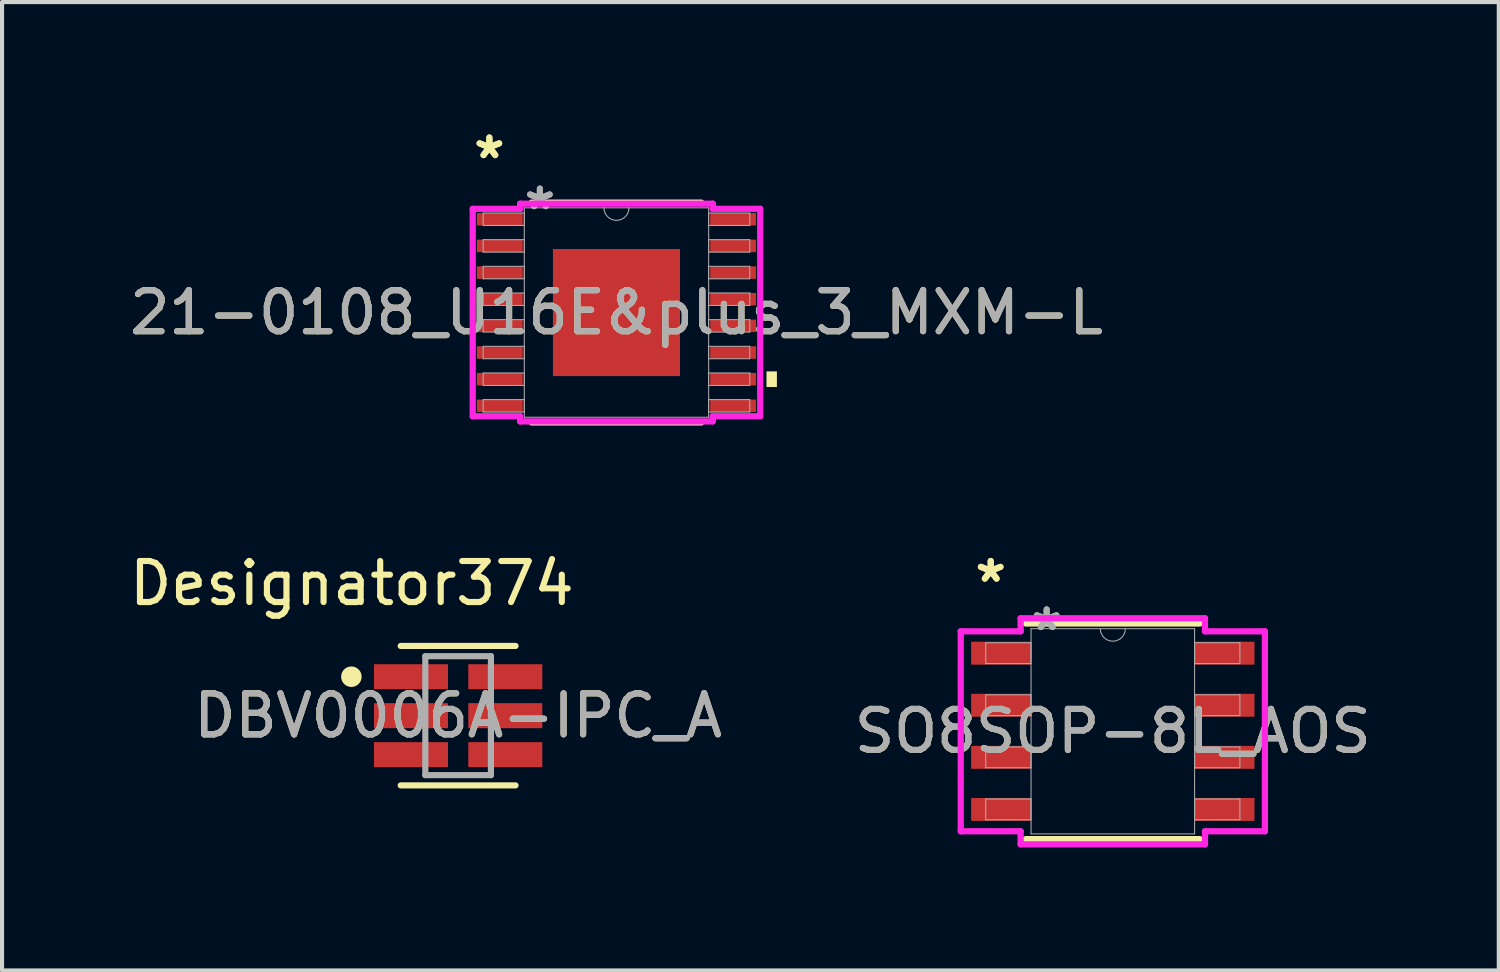
<source format=kicad_pcb>
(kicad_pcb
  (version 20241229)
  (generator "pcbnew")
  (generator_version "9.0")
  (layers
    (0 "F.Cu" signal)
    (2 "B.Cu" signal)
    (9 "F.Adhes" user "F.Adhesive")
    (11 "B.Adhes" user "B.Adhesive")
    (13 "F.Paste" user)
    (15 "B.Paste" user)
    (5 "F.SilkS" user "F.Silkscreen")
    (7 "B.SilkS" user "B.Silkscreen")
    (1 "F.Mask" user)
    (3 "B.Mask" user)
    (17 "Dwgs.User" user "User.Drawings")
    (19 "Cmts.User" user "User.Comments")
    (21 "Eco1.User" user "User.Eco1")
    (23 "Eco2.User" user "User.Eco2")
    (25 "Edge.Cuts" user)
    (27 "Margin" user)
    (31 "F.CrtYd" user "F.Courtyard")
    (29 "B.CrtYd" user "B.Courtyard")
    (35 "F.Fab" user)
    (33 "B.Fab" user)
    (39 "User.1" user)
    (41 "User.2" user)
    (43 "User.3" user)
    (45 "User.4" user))
  (footprint "21-0108_U16E&plus_3_MXM-L"
    (layer "F.Cu")
    (at 11.982 4.571)
    (property "Reference" "21-0108_U16E&plus_3_MXM-L" (at 0 0 0) (unlocked yes) (layer "F.SilkS") (effects (font (size 1 1) (thickness 0.15))))
    (attr smd)
    (fp_line (start -2.069 2.68) (end 2.069 2.68) (stroke (width 0.152) (type solid)) (layer "F.SilkS"))
    (fp_line (start 2.069 -2.68) (end -2.069 -2.68) (stroke (width 0.152) (type solid)) (layer "F.SilkS"))
    (fp_poly (pts (xy 3.912 1.435) (xy 3.912 1.816) (xy 3.658 1.816) (xy 3.658 1.435)) (stroke (width 0) (type solid)) (fill yes) (layer "F.SilkS"))
    (fp_poly (pts (xy -1.449 -1.449) (xy -1.449 -0.1) (xy -0.1 -0.1) (xy -0.1 -1.449)) (stroke (width 0) (type solid)) (fill yes) (layer "F.Paste"))
    (fp_poly (pts (xy -1.449 0.1) (xy -1.449 1.449) (xy -0.1 1.449) (xy -0.1 0.1)) (stroke (width 0) (type solid)) (fill yes) (layer "F.Paste"))
    (fp_poly (pts (xy 0.1 -1.449) (xy 0.1 -0.1) (xy 1.449 -0.1) (xy 1.449 -1.449)) (stroke (width 0) (type solid)) (fill yes) (layer "F.Paste"))
    (fp_poly (pts (xy 0.1 0.1) (xy 0.1 1.449) (xy 1.449 1.449) (xy 1.449 0.1)) (stroke (width 0) (type solid)) (fill yes) (layer "F.Paste"))
    (fp_line (start -3.505 -2.529) (end -2.349 -2.529) (stroke (width 0.152) (type solid)) (layer "F.CrtYd"))
    (fp_line (start -3.505 2.529) (end -3.505 -2.529) (stroke (width 0.152) (type solid)) (layer "F.CrtYd"))
    (fp_line (start -3.505 2.529) (end -2.349 2.529) (stroke (width 0.152) (type solid)) (layer "F.CrtYd"))
    (fp_line (start -2.349 -2.654) (end 2.349 -2.654) (stroke (width 0.152) (type solid)) (layer "F.CrtYd"))
    (fp_line (start -2.349 -2.529) (end -2.349 -2.654) (stroke (width 0.152) (type solid)) (layer "F.CrtYd"))
    (fp_line (start -2.349 2.654) (end -2.349 2.529) (stroke (width 0.152) (type solid)) (layer "F.CrtYd"))
    (fp_line (start 2.349 -2.654) (end 2.349 -2.529) (stroke (width 0.152) (type solid)) (layer "F.CrtYd"))
    (fp_line (start 2.349 2.529) (end 2.349 2.654) (stroke (width 0.152) (type solid)) (layer "F.CrtYd"))
    (fp_line (start 2.349 2.654) (end -2.349 2.654) (stroke (width 0.152) (type solid)) (layer "F.CrtYd"))
    (fp_line (start 3.505 -2.529) (end 2.349 -2.529) (stroke (width 0.152) (type solid)) (layer "F.CrtYd"))
    (fp_line (start 3.505 -2.529) (end 3.505 2.529) (stroke (width 0.152) (type solid)) (layer "F.CrtYd"))
    (fp_line (start 3.505 2.529) (end 2.349 2.529) (stroke (width 0.152) (type solid)) (layer "F.CrtYd"))
    (fp_line (start -3.251 -2.427) (end -3.251 -2.123) (stroke (width 0.025) (type solid)) (layer "F.Fab"))
    (fp_line (start -3.251 -2.123) (end -2.248 -2.123) (stroke (width 0.025) (type solid)) (layer "F.Fab"))
    (fp_line (start -3.251 -1.777) (end -3.251 -1.473) (stroke (width 0.025) (type solid)) (layer "F.Fab"))
    (fp_line (start -3.251 -1.473) (end -2.248 -1.473) (stroke (width 0.025) (type solid)) (layer "F.Fab"))
    (fp_line (start -3.251 -1.127) (end -3.251 -0.823) (stroke (width 0.025) (type solid)) (layer "F.Fab"))
    (fp_line (start -3.251 -0.823) (end -2.248 -0.823) (stroke (width 0.025) (type solid)) (layer "F.Fab"))
    (fp_line (start -3.251 -0.477) (end -3.251 -0.173) (stroke (width 0.025) (type solid)) (layer "F.Fab"))
    (fp_line (start -3.251 -0.173) (end -2.248 -0.173) (stroke (width 0.025) (type solid)) (layer "F.Fab"))
    (fp_line (start -3.251 0.173) (end -3.251 0.477) (stroke (width 0.025) (type solid)) (layer "F.Fab"))
    (fp_line (start -3.251 0.477) (end -2.248 0.477) (stroke (width 0.025) (type solid)) (layer "F.Fab"))
    (fp_line (start -3.251 0.823) (end -3.251 1.127) (stroke (width 0.025) (type solid)) (layer "F.Fab"))
    (fp_line (start -3.251 1.127) (end -2.248 1.127) (stroke (width 0.025) (type solid)) (layer "F.Fab"))
    (fp_line (start -3.251 1.473) (end -3.251 1.777) (stroke (width 0.025) (type solid)) (layer "F.Fab"))
    (fp_line (start -3.251 1.777) (end -2.248 1.777) (stroke (width 0.025) (type solid)) (layer "F.Fab"))
    (fp_line (start -3.251 2.123) (end -3.251 2.427) (stroke (width 0.025) (type solid)) (layer "F.Fab"))
    (fp_line (start -3.251 2.427) (end -2.248 2.427) (stroke (width 0.025) (type solid)) (layer "F.Fab"))
    (fp_line (start -2.248 -2.553) (end -2.248 2.553) (stroke (width 0.025) (type solid)) (layer "F.Fab"))
    (fp_line (start -2.248 -2.427) (end -3.251 -2.427) (stroke (width 0.025) (type solid)) (layer "F.Fab"))
    (fp_line (start -2.248 -2.123) (end -2.248 -2.427) (stroke (width 0.025) (type solid)) (layer "F.Fab"))
    (fp_line (start -2.248 -1.777) (end -3.251 -1.777) (stroke (width 0.025) (type solid)) (layer "F.Fab"))
    (fp_line (start -2.248 -1.473) (end -2.248 -1.777) (stroke (width 0.025) (type solid)) (layer "F.Fab"))
    (fp_line (start -2.248 -1.127) (end -3.251 -1.127) (stroke (width 0.025) (type solid)) (layer "F.Fab"))
    (fp_line (start -2.248 -0.823) (end -2.248 -1.127) (stroke (width 0.025) (type solid)) (layer "F.Fab"))
    (fp_line (start -2.248 -0.477) (end -3.251 -0.477) (stroke (width 0.025) (type solid)) (layer "F.Fab"))
    (fp_line (start -2.248 -0.173) (end -2.248 -0.477) (stroke (width 0.025) (type solid)) (layer "F.Fab"))
    (fp_line (start -2.248 0.173) (end -3.251 0.173) (stroke (width 0.025) (type solid)) (layer "F.Fab"))
    (fp_line (start -2.248 0.477) (end -2.248 0.173) (stroke (width 0.025) (type solid)) (layer "F.Fab"))
    (fp_line (start -2.248 0.823) (end -3.251 0.823) (stroke (width 0.025) (type solid)) (layer "F.Fab"))
    (fp_line (start -2.248 1.127) (end -2.248 0.823) (stroke (width 0.025) (type solid)) (layer "F.Fab"))
    (fp_line (start -2.248 1.473) (end -3.251 1.473) (stroke (width 0.025) (type solid)) (layer "F.Fab"))
    (fp_line (start -2.248 1.777) (end -2.248 1.473) (stroke (width 0.025) (type solid)) (layer "F.Fab"))
    (fp_line (start -2.248 2.123) (end -3.251 2.123) (stroke (width 0.025) (type solid)) (layer "F.Fab"))
    (fp_line (start -2.248 2.427) (end -2.248 2.123) (stroke (width 0.025) (type solid)) (layer "F.Fab"))
    (fp_line (start -2.248 2.553) (end 2.248 2.553) (stroke (width 0.025) (type solid)) (layer "F.Fab"))
    (fp_line (start 2.248 -2.553) (end -2.248 -2.553) (stroke (width 0.025) (type solid)) (layer "F.Fab"))
    (fp_line (start 2.248 -2.427) (end 2.248 -2.123) (stroke (width 0.025) (type solid)) (layer "F.Fab"))
    (fp_line (start 2.248 -2.123) (end 3.251 -2.123) (stroke (width 0.025) (type solid)) (layer "F.Fab"))
    (fp_line (start 2.248 -1.777) (end 2.248 -1.473) (stroke (width 0.025) (type solid)) (layer "F.Fab"))
    (fp_line (start 2.248 -1.473) (end 3.251 -1.473) (stroke (width 0.025) (type solid)) (layer "F.Fab"))
    (fp_line (start 2.248 -1.127) (end 2.248 -0.823) (stroke (width 0.025) (type solid)) (layer "F.Fab"))
    (fp_line (start 2.248 -0.823) (end 3.251 -0.823) (stroke (width 0.025) (type solid)) (layer "F.Fab"))
    (fp_line (start 2.248 -0.477) (end 2.248 -0.173) (stroke (width 0.025) (type solid)) (layer "F.Fab"))
    (fp_line (start 2.248 -0.173) (end 3.251 -0.173) (stroke (width 0.025) (type solid)) (layer "F.Fab"))
    (fp_line (start 2.248 0.173) (end 2.248 0.477) (stroke (width 0.025) (type solid)) (layer "F.Fab"))
    (fp_line (start 2.248 0.477) (end 3.251 0.477) (stroke (width 0.025) (type solid)) (layer "F.Fab"))
    (fp_line (start 2.248 0.823) (end 2.248 1.127) (stroke (width 0.025) (type solid)) (layer "F.Fab"))
    (fp_line (start 2.248 1.127) (end 3.251 1.127) (stroke (width 0.025) (type solid)) (layer "F.Fab"))
    (fp_line (start 2.248 1.473) (end 2.248 1.777) (stroke (width 0.025) (type solid)) (layer "F.Fab"))
    (fp_line (start 2.248 1.777) (end 3.251 1.777) (stroke (width 0.025) (type solid)) (layer "F.Fab"))
    (fp_line (start 2.248 2.123) (end 2.248 2.427) (stroke (width 0.025) (type solid)) (layer "F.Fab"))
    (fp_line (start 2.248 2.427) (end 3.251 2.427) (stroke (width 0.025) (type solid)) (layer "F.Fab"))
    (fp_line (start 2.248 2.553) (end 2.248 -2.553) (stroke (width 0.025) (type solid)) (layer "F.Fab"))
    (fp_line (start 3.251 -2.427) (end 2.248 -2.427) (stroke (width 0.025) (type solid)) (layer "F.Fab"))
    (fp_line (start 3.251 -2.123) (end 3.251 -2.427) (stroke (width 0.025) (type solid)) (layer "F.Fab"))
    (fp_line (start 3.251 -1.777) (end 2.248 -1.777) (stroke (width 0.025) (type solid)) (layer "F.Fab"))
    (fp_line (start 3.251 -1.473) (end 3.251 -1.777) (stroke (width 0.025) (type solid)) (layer "F.Fab"))
    (fp_line (start 3.251 -1.127) (end 2.248 -1.127) (stroke (width 0.025) (type solid)) (layer "F.Fab"))
    (fp_line (start 3.251 -0.823) (end 3.251 -1.127) (stroke (width 0.025) (type solid)) (layer "F.Fab"))
    (fp_line (start 3.251 -0.477) (end 2.248 -0.477) (stroke (width 0.025) (type solid)) (layer "F.Fab"))
    (fp_line (start 3.251 -0.173) (end 3.251 -0.477) (stroke (width 0.025) (type solid)) (layer "F.Fab"))
    (fp_line (start 3.251 0.173) (end 2.248 0.173) (stroke (width 0.025) (type solid)) (layer "F.Fab"))
    (fp_line (start 3.251 0.477) (end 3.251 0.173) (stroke (width 0.025) (type solid)) (layer "F.Fab"))
    (fp_line (start 3.251 0.823) (end 2.248 0.823) (stroke (width 0.025) (type solid)) (layer "F.Fab"))
    (fp_line (start 3.251 1.127) (end 3.251 0.823) (stroke (width 0.025) (type solid)) (layer "F.Fab"))
    (fp_line (start 3.251 1.473) (end 2.248 1.473) (stroke (width 0.025) (type solid)) (layer "F.Fab"))
    (fp_line (start 3.251 1.777) (end 3.251 1.473) (stroke (width 0.025) (type solid)) (layer "F.Fab"))
    (fp_line (start 3.251 2.123) (end 2.248 2.123) (stroke (width 0.025) (type solid)) (layer "F.Fab"))
    (fp_line (start 3.251 2.427) (end 3.251 2.123) (stroke (width 0.025) (type solid)) (layer "F.Fab"))
    (fp_arc (start 0.3048 -2.5527) (mid 0 -2.2479) (end -0.3048 -2.5527) (stroke (width 0.0254) (type solid)) (layer "F.Fab"))
    (fp_text user "*" (at -3.099 -3.723 0) (unlocked yes) (layer "F.SilkS") (effects (font (size 1 1) (thickness 0.15))))
    (fp_text user "*" (at -3.099 -3.723 0) (layer "F.SilkS") (effects (font (size 1 1) (thickness 0.15))))
    (fp_text user "*" (at -1.867 -2.477 0) (unlocked yes) (layer "F.Fab") (effects (font (size 1 1) (thickness 0.15))))
    (fp_text user "*" (at -1.867 -2.477 0) (layer "F.Fab") (effects (font (size 1 1) (thickness 0.15))))
    (fp_text user "${REFERENCE}" (at 0 0 0) (unlocked yes) (layer "F.Fab") (effects (font (size 1 1) (thickness 0.15))))
    (pad "1" smd rect (at -2.845 -2.275) (size 1.118 0.305) (layers "F.Cu" "F.Mask" "F.Paste"))
    (pad "2" smd rect (at -2.845 -1.625) (size 1.118 0.305) (layers "F.Cu" "F.Mask" "F.Paste"))
    (pad "3" smd rect (at -2.845 -0.975) (size 1.118 0.305) (layers "F.Cu" "F.Mask" "F.Paste"))
    (pad "4" smd rect (at -2.845 -0.325) (size 1.118 0.305) (layers "F.Cu" "F.Mask" "F.Paste"))
    (pad "5" smd rect (at -2.845 0.325) (size 1.118 0.305) (layers "F.Cu" "F.Mask" "F.Paste"))
    (pad "6" smd rect (at -2.845 0.975) (size 1.118 0.305) (layers "F.Cu" "F.Mask" "F.Paste"))
    (pad "7" smd rect (at -2.845 1.625) (size 1.118 0.305) (layers "F.Cu" "F.Mask" "F.Paste"))
    (pad "8" smd rect (at -2.845 2.275) (size 1.118 0.305) (layers "F.Cu" "F.Mask" "F.Paste"))
    (pad "9" smd rect (at 2.845 2.275) (size 1.118 0.305) (layers "F.Cu" "F.Mask" "F.Paste"))
    (pad "10" smd rect (at 2.845 1.625) (size 1.118 0.305) (layers "F.Cu" "F.Mask" "F.Paste"))
    (pad "11" smd rect (at 2.845 0.975) (size 1.118 0.305) (layers "F.Cu" "F.Mask" "F.Paste"))
    (pad "12" smd rect (at 2.845 0.325) (size 1.118 0.305) (layers "F.Cu" "F.Mask" "F.Paste"))
    (pad "13" smd rect (at 2.845 -0.325) (size 1.118 0.305) (layers "F.Cu" "F.Mask" "F.Paste"))
    (pad "14" smd rect (at 2.845 -0.975) (size 1.118 0.305) (layers "F.Cu" "F.Mask" "F.Paste"))
    (pad "15" smd rect (at 2.845 -1.625) (size 1.118 0.305) (layers "F.Cu" "F.Mask" "F.Paste"))
    (pad "16" smd rect (at 2.845 -2.275) (size 1.118 0.305) (layers "F.Cu" "F.Mask" "F.Paste"))
    (pad "EPAD" smd rect (at 0 0) (size 3.099 3.099) (layers "F.Cu" "F.Mask")))
  (footprint "SO8SOP-8L_AOS"
    (layer "F.Cu")
    (at 24.085 14.782)
    (property "Reference" "SO8SOP-8L_AOS" (at 0 0 0) (unlocked yes) (layer "F.SilkS") (effects (font (size 1 1) (thickness 0.15))))
    (attr smd)
    (fp_line (start -2.121 2.629) (end 2.121 2.629) (stroke (width 0.152) (type solid)) (layer "F.SilkS"))
    (fp_line (start 2.121 -2.629) (end -2.121 -2.629) (stroke (width 0.152) (type solid)) (layer "F.SilkS"))
    (fp_line (start -3.708 -2.438) (end -2.248 -2.438) (stroke (width 0.152) (type solid)) (layer "F.CrtYd"))
    (fp_line (start -3.708 2.438) (end -3.708 -2.438) (stroke (width 0.152) (type solid)) (layer "F.CrtYd"))
    (fp_line (start -3.708 2.438) (end -2.248 2.438) (stroke (width 0.152) (type solid)) (layer "F.CrtYd"))
    (fp_line (start -2.248 -2.756) (end 2.248 -2.756) (stroke (width 0.152) (type solid)) (layer "F.CrtYd"))
    (fp_line (start -2.248 -2.438) (end -2.248 -2.756) (stroke (width 0.152) (type solid)) (layer "F.CrtYd"))
    (fp_line (start -2.248 2.756) (end -2.248 2.438) (stroke (width 0.152) (type solid)) (layer "F.CrtYd"))
    (fp_line (start 2.248 -2.756) (end 2.248 -2.438) (stroke (width 0.152) (type solid)) (layer "F.CrtYd"))
    (fp_line (start 2.248 2.438) (end 2.248 2.756) (stroke (width 0.152) (type solid)) (layer "F.CrtYd"))
    (fp_line (start 2.248 2.756) (end -2.248 2.756) (stroke (width 0.152) (type solid)) (layer "F.CrtYd"))
    (fp_line (start 3.708 -2.438) (end 2.248 -2.438) (stroke (width 0.152) (type solid)) (layer "F.CrtYd"))
    (fp_line (start 3.708 -2.438) (end 3.708 2.438) (stroke (width 0.152) (type solid)) (layer "F.CrtYd"))
    (fp_line (start 3.708 2.438) (end 2.248 2.438) (stroke (width 0.152) (type solid)) (layer "F.CrtYd"))
    (fp_line (start -3.099 -2.159) (end -3.099 -1.651) (stroke (width 0.025) (type solid)) (layer "F.Fab"))
    (fp_line (start -3.099 -1.651) (end -1.994 -1.651) (stroke (width 0.025) (type solid)) (layer "F.Fab"))
    (fp_line (start -3.099 -0.889) (end -3.099 -0.381) (stroke (width 0.025) (type solid)) (layer "F.Fab"))
    (fp_line (start -3.099 -0.381) (end -1.994 -0.381) (stroke (width 0.025) (type solid)) (layer "F.Fab"))
    (fp_line (start -3.099 0.381) (end -3.099 0.889) (stroke (width 0.025) (type solid)) (layer "F.Fab"))
    (fp_line (start -3.099 0.889) (end -1.994 0.889) (stroke (width 0.025) (type solid)) (layer "F.Fab"))
    (fp_line (start -3.099 1.651) (end -3.099 2.159) (stroke (width 0.025) (type solid)) (layer "F.Fab"))
    (fp_line (start -3.099 2.159) (end -1.994 2.159) (stroke (width 0.025) (type solid)) (layer "F.Fab"))
    (fp_line (start -1.994 -2.502) (end -1.994 2.502) (stroke (width 0.025) (type solid)) (layer "F.Fab"))
    (fp_line (start -1.994 -2.159) (end -3.099 -2.159) (stroke (width 0.025) (type solid)) (layer "F.Fab"))
    (fp_line (start -1.994 -1.651) (end -1.994 -2.159) (stroke (width 0.025) (type solid)) (layer "F.Fab"))
    (fp_line (start -1.994 -0.889) (end -3.099 -0.889) (stroke (width 0.025) (type solid)) (layer "F.Fab"))
    (fp_line (start -1.994 -0.381) (end -1.994 -0.889) (stroke (width 0.025) (type solid)) (layer "F.Fab"))
    (fp_line (start -1.994 0.381) (end -3.099 0.381) (stroke (width 0.025) (type solid)) (layer "F.Fab"))
    (fp_line (start -1.994 0.889) (end -1.994 0.381) (stroke (width 0.025) (type solid)) (layer "F.Fab"))
    (fp_line (start -1.994 1.651) (end -3.099 1.651) (stroke (width 0.025) (type solid)) (layer "F.Fab"))
    (fp_line (start -1.994 2.159) (end -1.994 1.651) (stroke (width 0.025) (type solid)) (layer "F.Fab"))
    (fp_line (start -1.994 2.502) (end 1.994 2.502) (stroke (width 0.025) (type solid)) (layer "F.Fab"))
    (fp_line (start 1.994 -2.502) (end -1.994 -2.502) (stroke (width 0.025) (type solid)) (layer "F.Fab"))
    (fp_line (start 1.994 -2.159) (end 1.994 -1.651) (stroke (width 0.025) (type solid)) (layer "F.Fab"))
    (fp_line (start 1.994 -1.651) (end 3.099 -1.651) (stroke (width 0.025) (type solid)) (layer "F.Fab"))
    (fp_line (start 1.994 -0.889) (end 1.994 -0.381) (stroke (width 0.025) (type solid)) (layer "F.Fab"))
    (fp_line (start 1.994 -0.381) (end 3.099 -0.381) (stroke (width 0.025) (type solid)) (layer "F.Fab"))
    (fp_line (start 1.994 0.381) (end 1.994 0.889) (stroke (width 0.025) (type solid)) (layer "F.Fab"))
    (fp_line (start 1.994 0.889) (end 3.099 0.889) (stroke (width 0.025) (type solid)) (layer "F.Fab"))
    (fp_line (start 1.994 1.651) (end 1.994 2.159) (stroke (width 0.025) (type solid)) (layer "F.Fab"))
    (fp_line (start 1.994 2.159) (end 3.099 2.159) (stroke (width 0.025) (type solid)) (layer "F.Fab"))
    (fp_line (start 1.994 2.502) (end 1.994 -2.502) (stroke (width 0.025) (type solid)) (layer "F.Fab"))
    (fp_line (start 3.099 -2.159) (end 1.994 -2.159) (stroke (width 0.025) (type solid)) (layer "F.Fab"))
    (fp_line (start 3.099 -1.651) (end 3.099 -2.159) (stroke (width 0.025) (type solid)) (layer "F.Fab"))
    (fp_line (start 3.099 -0.889) (end 1.994 -0.889) (stroke (width 0.025) (type solid)) (layer "F.Fab"))
    (fp_line (start 3.099 -0.381) (end 3.099 -0.889) (stroke (width 0.025) (type solid)) (layer "F.Fab"))
    (fp_line (start 3.099 0.381) (end 1.994 0.381) (stroke (width 0.025) (type solid)) (layer "F.Fab"))
    (fp_line (start 3.099 0.889) (end 3.099 0.381) (stroke (width 0.025) (type solid)) (layer "F.Fab"))
    (fp_line (start 3.099 1.651) (end 1.994 1.651) (stroke (width 0.025) (type solid)) (layer "F.Fab"))
    (fp_line (start 3.099 2.159) (end 3.099 1.651) (stroke (width 0.025) (type solid)) (layer "F.Fab"))
    (fp_arc (start 0.3048 -2.5019) (mid 0 -2.1971) (end -0.3048 -2.5019) (stroke (width 0.0254) (type solid)) (layer "F.Fab"))
    (fp_text user "*" (at -2.978 -3.607 0) (unlocked yes) (layer "F.SilkS") (effects (font (size 1 1) (thickness 0.15))))
    (fp_text user "*" (at -2.978 -3.607 0) (layer "F.SilkS") (effects (font (size 1 1) (thickness 0.15))))
    (fp_text user "${REFERENCE}" (at 0 0 0) (unlocked yes) (layer "F.Fab") (effects (font (size 1 1) (thickness 0.15))))
    (fp_text user "*" (at -1.613 -2.426 0) (unlocked yes) (layer "F.Fab") (effects (font (size 1 1) (thickness 0.15))))
    (fp_text user "*" (at -1.613 -2.426 0) (layer "F.Fab") (effects (font (size 1 1) (thickness 0.15))))
    (pad "1" smd rect (at -2.724 -1.905) (size 1.46 0.559) (layers "F.Cu" "F.Mask" "F.Paste"))
    (pad "2" smd rect (at -2.724 -0.635) (size 1.46 0.559) (layers "F.Cu" "F.Mask" "F.Paste"))
    (pad "3" smd rect (at -2.724 0.635) (size 1.46 0.559) (layers "F.Cu" "F.Mask" "F.Paste"))
    (pad "4" smd rect (at -2.724 1.905) (size 1.46 0.559) (layers "F.Cu" "F.Mask" "F.Paste"))
    (pad "5" smd rect (at 2.724 1.905) (size 1.46 0.559) (layers "F.Cu" "F.Mask" "F.Paste"))
    (pad "6" smd rect (at 2.724 0.635) (size 1.46 0.559) (layers "F.Cu" "F.Mask" "F.Paste"))
    (pad "7" smd rect (at 2.724 -0.635) (size 1.46 0.559) (layers "F.Cu" "F.Mask" "F.Paste"))
    (pad "8" smd rect (at 2.724 -1.905) (size 1.46 0.559) (layers "F.Cu" "F.Mask" "F.Paste")))
  (footprint "DBV0006A-IPC_A"
    (layer "F.Cu")
    (at 8.121 14.401)
    (property "Reference" "DBV0006A-IPC_A" (at 0 0 0) (unlocked yes) (layer "F.SilkS") (effects (font (size 1 1) (thickness 0.15))))
    (attr smd)
    (fp_line (start -1.4 -1.7) (end 1.4 -1.7) (stroke (width 0.15) (type solid)) (layer "F.SilkS"))
    (fp_line (start -1.4 1.7) (end 1.4 1.7) (stroke (width 0.15) (type solid)) (layer "F.SilkS"))
    (fp_circle (center -2.603 -0.95) (end -2.478 -0.95) (stroke (width 0.25) (type solid)) (fill no) (layer "F.SilkS"))
    (fp_line (start -0.8 -1.45) (end 0.8 -1.45) (stroke (width 0.15) (type solid)) (layer "F.Fab"))
    (fp_line (start -0.8 1.45) (end -0.8 -1.45) (stroke (width 0.15) (type solid)) (layer "F.Fab"))
    (fp_line (start -0.8 1.45) (end 0.8 1.45) (stroke (width 0.15) (type solid)) (layer "F.Fab"))
    (fp_line (start 0.8 1.45) (end 0.8 -1.45) (stroke (width 0.15) (type solid)) (layer "F.Fab"))
    (fp_text user "Designator374" (at -2.591 -3.226 0) (unlocked yes) (layer "F.SilkS") (effects (font (size 1 1) (thickness 0.15))))
    (fp_text user "${REFERENCE}" (at 0 0 0) (unlocked yes) (layer "F.Fab") (effects (font (size 1 1) (thickness 0.15))))
    (pad "1" smd rect (at -1.15 -0.95) (size 1.805 0.61) (layers "F.Cu" "F.Mask" "F.Paste"))
    (pad "2" smd rect (at -1.15 0) (size 1.805 0.61) (layers "F.Cu" "F.Mask" "F.Paste"))
    (pad "3" smd rect (at -1.15 0.95) (size 1.805 0.61) (layers "F.Cu" "F.Mask" "F.Paste"))
    (pad "4" smd rect (at 1.15 0.95) (size 1.805 0.61) (layers "F.Cu" "F.Mask" "F.Paste"))
    (pad "5" smd rect (at 1.15 0) (size 1.805 0.61) (layers "F.Cu" "F.Mask" "F.Paste"))
    (pad "6" smd rect (at 1.15 -0.95) (size 1.805 0.61) (layers "F.Cu" "F.Mask" "F.Paste")))
  (gr_rect
    (start -3 -3)
    (end 33.496 20.614)
    (stroke (width 0.1) (type default))
    (fill no)
    (layer "Edge.Cuts")))
</source>
